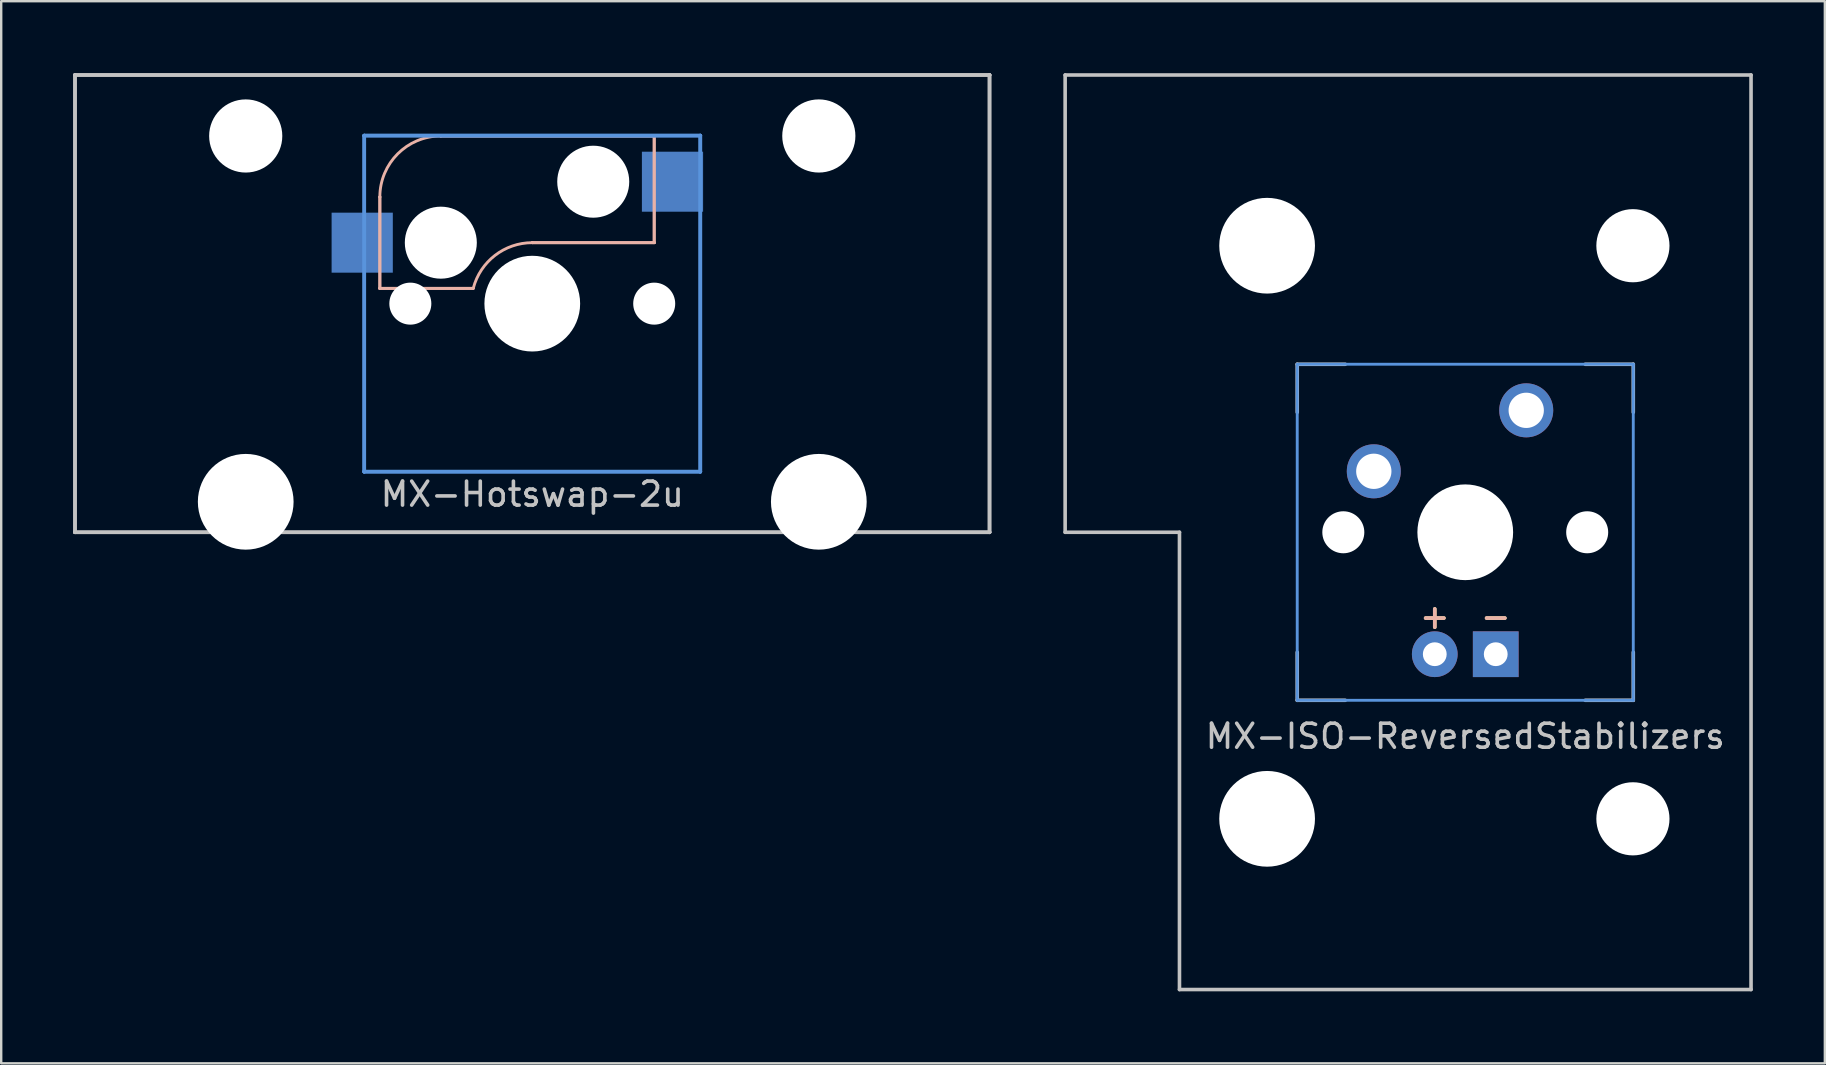
<source format=kicad_pcb>
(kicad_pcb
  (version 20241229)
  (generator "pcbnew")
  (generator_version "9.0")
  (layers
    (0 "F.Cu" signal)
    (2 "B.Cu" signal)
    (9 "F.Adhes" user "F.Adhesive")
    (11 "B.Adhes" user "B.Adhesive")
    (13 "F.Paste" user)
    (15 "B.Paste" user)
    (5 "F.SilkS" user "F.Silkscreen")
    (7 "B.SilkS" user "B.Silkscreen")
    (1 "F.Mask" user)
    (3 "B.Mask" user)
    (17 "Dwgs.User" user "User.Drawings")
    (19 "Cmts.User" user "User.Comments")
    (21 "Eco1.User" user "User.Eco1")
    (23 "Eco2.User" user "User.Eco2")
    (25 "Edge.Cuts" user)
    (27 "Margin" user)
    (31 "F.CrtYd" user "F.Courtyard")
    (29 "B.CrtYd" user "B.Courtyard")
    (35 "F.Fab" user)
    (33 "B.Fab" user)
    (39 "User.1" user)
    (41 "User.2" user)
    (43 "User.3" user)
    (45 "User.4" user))
  (footprint "MX-ISO-ReversedStabilizers"
    (layer "F.Cu")
    (at 57.994 19.125)
    (property "Reference" "MX-ISO-ReversedStabilizers" (at 0 8.5 0) (layer "Dwgs.User") (effects (font (size 1 1) (thickness 0.15))))
    (attr through_hole)
    (fp_line (start -16.669 -19.05) (end -16.669 0) (stroke (width 0.15) (type solid)) (layer "Dwgs.User"))
    (fp_line (start -16.669 -19.05) (end 11.906 -19.05) (stroke (width 0.15) (type solid)) (layer "Dwgs.User"))
    (fp_line (start -11.906 0) (end -16.669 0) (stroke (width 0.15) (type solid)) (layer "Dwgs.User"))
    (fp_line (start -11.906 19.05) (end -11.906 0) (stroke (width 0.15) (type solid)) (layer "Dwgs.User"))
    (fp_line (start -11.906 19.05) (end 11.906 19.05) (stroke (width 0.15) (type solid)) (layer "Dwgs.User"))
    (fp_line (start -7 -7) (end -7 -5) (stroke (width 0.15) (type solid)) (layer "Dwgs.User"))
    (fp_line (start -7 5) (end -7 7) (stroke (width 0.15) (type solid)) (layer "Dwgs.User"))
    (fp_line (start -7 7) (end -5 7) (stroke (width 0.15) (type solid)) (layer "Dwgs.User"))
    (fp_line (start -5 -7) (end -7 -7) (stroke (width 0.15) (type solid)) (layer "Dwgs.User"))
    (fp_line (start 5 -7) (end 7 -7) (stroke (width 0.15) (type solid)) (layer "Dwgs.User"))
    (fp_line (start 5 7) (end 7 7) (stroke (width 0.15) (type solid)) (layer "Dwgs.User"))
    (fp_line (start 7 -7) (end 7 -5) (stroke (width 0.15) (type solid)) (layer "Dwgs.User"))
    (fp_line (start 7 7) (end 7 5) (stroke (width 0.15) (type solid)) (layer "Dwgs.User"))
    (fp_line (start 11.906 -19.05) (end 11.906 19.05) (stroke (width 0.15) (type solid)) (layer "Dwgs.User"))
    (fp_line (start -7 -7) (end -7 7) (stroke (width 0.12) (type solid)) (layer "Cmts.User"))
    (fp_line (start -7 7) (end 7 7) (stroke (width 0.12) (type solid)) (layer "Cmts.User"))
    (fp_line (start 7 -7) (end -7 -7) (stroke (width 0.12) (type solid)) (layer "Cmts.User"))
    (fp_line (start 7 7) (end 7 -7) (stroke (width 0.12) (type solid)) (layer "Cmts.User"))
    (fp_text user "-" (at 1.27 3.5 0) (layer "F.SilkS") (effects (font (size 1 1) (thickness 0.15))))
    (fp_text user "+" (at -1.27 3.5 0) (layer "F.SilkS") (effects (font (size 1 1) (thickness 0.15))))
    (fp_text user "+" (at -1.27 3.5 0) (layer "B.SilkS") (effects (font (size 1 1) (thickness 0.15))))
    (fp_text user "-" (at 1.27 3.5 0) (layer "B.SilkS") (effects (font (size 1 1) (thickness 0.15))))
    (pad "" np_thru_hole circle (at -8.255 -11.938) (size 3.988 3.988) (drill 3.988) (layers "*.Cu" "*.Mask"))
    (pad "" np_thru_hole circle (at -8.255 11.938) (size 3.988 3.988) (drill 3.988) (layers "*.Cu" "*.Mask"))
    (pad "" np_thru_hole circle (at -5.08 0 48.1) (size 1.75 1.75) (drill 1.75) (layers "*.Cu" "*.Mask"))
    (pad "" np_thru_hole circle (at 0 0) (size 3.988 3.988) (drill 3.988) (layers "*.Cu" "*.Mask"))
    (pad "" np_thru_hole circle (at 5.08 0 48.1) (size 1.75 1.75) (drill 1.75) (layers "*.Cu" "*.Mask"))
    (pad "" np_thru_hole circle (at 6.985 -11.938) (size 3.048 3.048) (drill 3.048) (layers "*.Cu" "*.Mask"))
    (pad "" np_thru_hole circle (at 6.985 11.938) (size 3.048 3.048) (drill 3.048) (layers "*.Cu" "*.Mask"))
    (pad "1" thru_hole circle (at -3.81 -2.54) (size 2.25 2.25) (drill 1.47) (layers "*.Cu" "*.Mask"))
    (pad "2" thru_hole circle (at 2.54 -5.08) (size 2.25 2.25) (drill 1.47) (layers "*.Cu" "*.Mask"))
    (pad "3" thru_hole circle (at -1.27 5.08) (size 1.905 1.905) (drill 0.991) (layers "*.Cu" "*.Mask"))
    (pad "4" thru_hole rect (at 1.27 5.08) (size 1.905 1.905) (drill 0.991) (layers "*.Cu" "*.Mask")))
  (footprint "MX-Hotswap-2u"
    (layer "F.Cu")
    (at 19.125 9.6)
    (property "Reference" "MX-Hotswap-2u" (at 0 7.938 0) (layer "Dwgs.User") (effects (font (size 1 1) (thickness 0.15))))
    (attr through_hole)
    (fp_line (start -6.35 -4.445) (end -6.35 -4.445) (stroke (width 0.12) (type solid)) (layer "B.SilkS"))
    (fp_line (start -6.35 -4.445) (end -6.35 -0.635) (stroke (width 0.12) (type solid)) (layer "B.SilkS"))
    (fp_line (start -6.35 -0.635) (end -6.35 -4.445) (stroke (width 0.12) (type solid)) (layer "B.SilkS"))
    (fp_line (start -6.35 -0.635) (end -6.35 -0.635) (stroke (width 0.12) (type solid)) (layer "B.SilkS"))
    (fp_line (start -6.35 -0.635) (end -6.35 -0.635) (stroke (width 0.12) (type solid)) (layer "B.SilkS"))
    (fp_line (start -6.35 -0.635) (end -2.464 -0.635) (stroke (width 0.12) (type solid)) (layer "B.SilkS"))
    (fp_line (start -3.81 -6.985) (end -3.81 -6.985) (stroke (width 0.12) (type solid)) (layer "B.SilkS"))
    (fp_line (start -3.81 -6.985) (end 5.08 -6.985) (stroke (width 0.12) (type solid)) (layer "B.SilkS"))
    (fp_line (start -2.464 -0.635) (end -6.35 -0.635) (stroke (width 0.12) (type solid)) (layer "B.SilkS"))
    (fp_line (start -2.464 -0.635) (end -2.464 -0.635) (stroke (width 0.12) (type solid)) (layer "B.SilkS"))
    (fp_line (start 0 -2.54) (end 0 -2.54) (stroke (width 0.12) (type solid)) (layer "B.SilkS"))
    (fp_line (start 0 -2.54) (end 5.08 -2.54) (stroke (width 0.12) (type solid)) (layer "B.SilkS"))
    (fp_line (start 5.08 -6.985) (end -3.81 -6.985) (stroke (width 0.12) (type solid)) (layer "B.SilkS"))
    (fp_line (start 5.08 -6.985) (end 5.08 -6.985) (stroke (width 0.12) (type solid)) (layer "B.SilkS"))
    (fp_line (start 5.08 -6.985) (end 5.08 -6.985) (stroke (width 0.12) (type solid)) (layer "B.SilkS"))
    (fp_line (start 5.08 -6.985) (end 5.08 -2.54) (stroke (width 0.12) (type solid)) (layer "B.SilkS"))
    (fp_line (start 5.08 -2.54) (end 0 -2.54) (stroke (width 0.12) (type solid)) (layer "B.SilkS"))
    (fp_line (start 5.08 -2.54) (end 5.08 -6.985) (stroke (width 0.12) (type solid)) (layer "B.SilkS"))
    (fp_line (start 5.08 -2.54) (end 5.08 -2.54) (stroke (width 0.12) (type solid)) (layer "B.SilkS"))
    (fp_line (start 5.08 -2.54) (end 5.08 -2.54) (stroke (width 0.12) (type solid)) (layer "B.SilkS"))
    (fp_arc (start -6.35 -4.445) (mid -5.606051 -6.241051) (end -3.81 -6.985) (stroke (width 0.12) (type solid)) (layer "B.SilkS"))
    (fp_arc (start -2.457981 -0.640256) (mid -1.553279 -2.009707) (end 0 -2.54) (stroke (width 0.12) (type solid)) (layer "B.SilkS"))
    (fp_line (start -19.05 -9.525) (end -19.05 -9.525) (stroke (width 0.15) (type solid)) (layer "Dwgs.User"))
    (fp_line (start -19.05 -9.525) (end -19.05 -9.525) (stroke (width 0.15) (type solid)) (layer "Dwgs.User"))
    (fp_line (start -19.05 -9.525) (end -19.05 9.525) (stroke (width 0.15) (type solid)) (layer "Dwgs.User"))
    (fp_line (start -19.05 -9.525) (end 19.05 -9.525) (stroke (width 0.15) (type solid)) (layer "Dwgs.User"))
    (fp_line (start -19.05 9.525) (end -19.05 -9.525) (stroke (width 0.15) (type solid)) (layer "Dwgs.User"))
    (fp_line (start -19.05 9.525) (end -19.05 9.525) (stroke (width 0.15) (type solid)) (layer "Dwgs.User"))
    (fp_line (start -19.05 9.525) (end -19.05 9.525) (stroke (width 0.15) (type solid)) (layer "Dwgs.User"))
    (fp_line (start -19.05 9.525) (end 19.05 9.525) (stroke (width 0.15) (type solid)) (layer "Dwgs.User"))
    (fp_line (start 19.05 -9.525) (end -19.05 -9.525) (stroke (width 0.15) (type solid)) (layer "Dwgs.User"))
    (fp_line (start 19.05 -9.525) (end 19.05 -9.525) (stroke (width 0.15) (type solid)) (layer "Dwgs.User"))
    (fp_line (start 19.05 -9.525) (end 19.05 -9.525) (stroke (width 0.15) (type solid)) (layer "Dwgs.User"))
    (fp_line (start 19.05 -9.525) (end 19.05 9.525) (stroke (width 0.15) (type solid)) (layer "Dwgs.User"))
    (fp_line (start 19.05 9.525) (end -19.05 9.525) (stroke (width 0.15) (type solid)) (layer "Dwgs.User"))
    (fp_line (start 19.05 9.525) (end 19.05 -9.525) (stroke (width 0.15) (type solid)) (layer "Dwgs.User"))
    (fp_line (start 19.05 9.525) (end 19.05 9.525) (stroke (width 0.15) (type solid)) (layer "Dwgs.User"))
    (fp_line (start 19.05 9.525) (end 19.05 9.525) (stroke (width 0.15) (type solid)) (layer "Dwgs.User"))
    (fp_line (start -7 -7) (end -7 -7) (stroke (width 0.15) (type solid)) (layer "Cmts.User"))
    (fp_line (start -7 -7) (end -7 -7) (stroke (width 0.15) (type solid)) (layer "Cmts.User"))
    (fp_line (start -7 -7) (end -7 7) (stroke (width 0.15) (type solid)) (layer "Cmts.User"))
    (fp_line (start -7 -7) (end 7 -7) (stroke (width 0.15) (type solid)) (layer "Cmts.User"))
    (fp_line (start -7 7) (end -7 -7) (stroke (width 0.15) (type solid)) (layer "Cmts.User"))
    (fp_line (start -7 7) (end -7 7) (stroke (width 0.15) (type solid)) (layer "Cmts.User"))
    (fp_line (start -7 7) (end -7 7) (stroke (width 0.15) (type solid)) (layer "Cmts.User"))
    (fp_line (start -7 7) (end 7 7) (stroke (width 0.15) (type solid)) (layer "Cmts.User"))
    (fp_line (start 7 -7) (end -7 -7) (stroke (width 0.15) (type solid)) (layer "Cmts.User"))
    (fp_line (start 7 -7) (end 7 -7) (stroke (width 0.15) (type solid)) (layer "Cmts.User"))
    (fp_line (start 7 -7) (end 7 -7) (stroke (width 0.15) (type solid)) (layer "Cmts.User"))
    (fp_line (start 7 -7) (end 7 7) (stroke (width 0.15) (type solid)) (layer "Cmts.User"))
    (fp_line (start 7 7) (end -7 7) (stroke (width 0.15) (type solid)) (layer "Cmts.User"))
    (fp_line (start 7 7) (end 7 -7) (stroke (width 0.15) (type solid)) (layer "Cmts.User"))
    (fp_line (start 7 7) (end 7 7) (stroke (width 0.15) (type solid)) (layer "Cmts.User"))
    (fp_line (start 7 7) (end 7 7) (stroke (width 0.15) (type solid)) (layer "Cmts.User"))
    (pad "" np_thru_hole circle (at -11.938 -6.985) (size 3.048 3.048) (drill 3.048) (layers "*.Cu" "*.Mask"))
    (pad "" np_thru_hole circle (at -11.938 8.255) (size 3.988 3.988) (drill 3.988) (layers "*.Cu" "*.Mask"))
    (pad "" np_thru_hole circle (at -5.08 0) (size 1.75 1.75) (drill 1.75) (layers "*.Cu" "*.Mask"))
    (pad "" np_thru_hole circle (at -3.81 -2.54) (size 3 3) (drill 3) (layers "*.Cu" "*.Mask"))
    (pad "" np_thru_hole circle (at 0 0) (size 3.988 3.988) (drill 3.988) (layers "*.Cu" "*.Mask"))
    (pad "" np_thru_hole circle (at 2.54 -5.08) (size 3 3) (drill 3) (layers "*.Cu" "*.Mask"))
    (pad "" np_thru_hole circle (at 5.08 0) (size 1.75 1.75) (drill 1.75) (layers "*.Cu" "*.Mask"))
    (pad "" np_thru_hole circle (at 11.938 -6.985) (size 3.048 3.048) (drill 3.048) (layers "*.Cu" "*.Mask"))
    (pad "" np_thru_hole circle (at 11.938 8.255) (size 3.988 3.988) (drill 3.988) (layers "*.Cu" "*.Mask"))
    (pad "1" smd rect (at -7.085 -2.54) (size 2.55 2.5) (layers "B.Cu" "B.Mask" "B.Paste"))
    (pad "2" smd rect (at 5.842 -5.08) (size 2.55 2.5) (layers "B.Cu" "B.Mask" "B.Paste")))
  (gr_rect
    (start -3 -3)
    (end 72.975 41.25)
    (stroke (width 0.1) (type default))
    (fill no)
    (layer "Edge.Cuts")))
</source>
